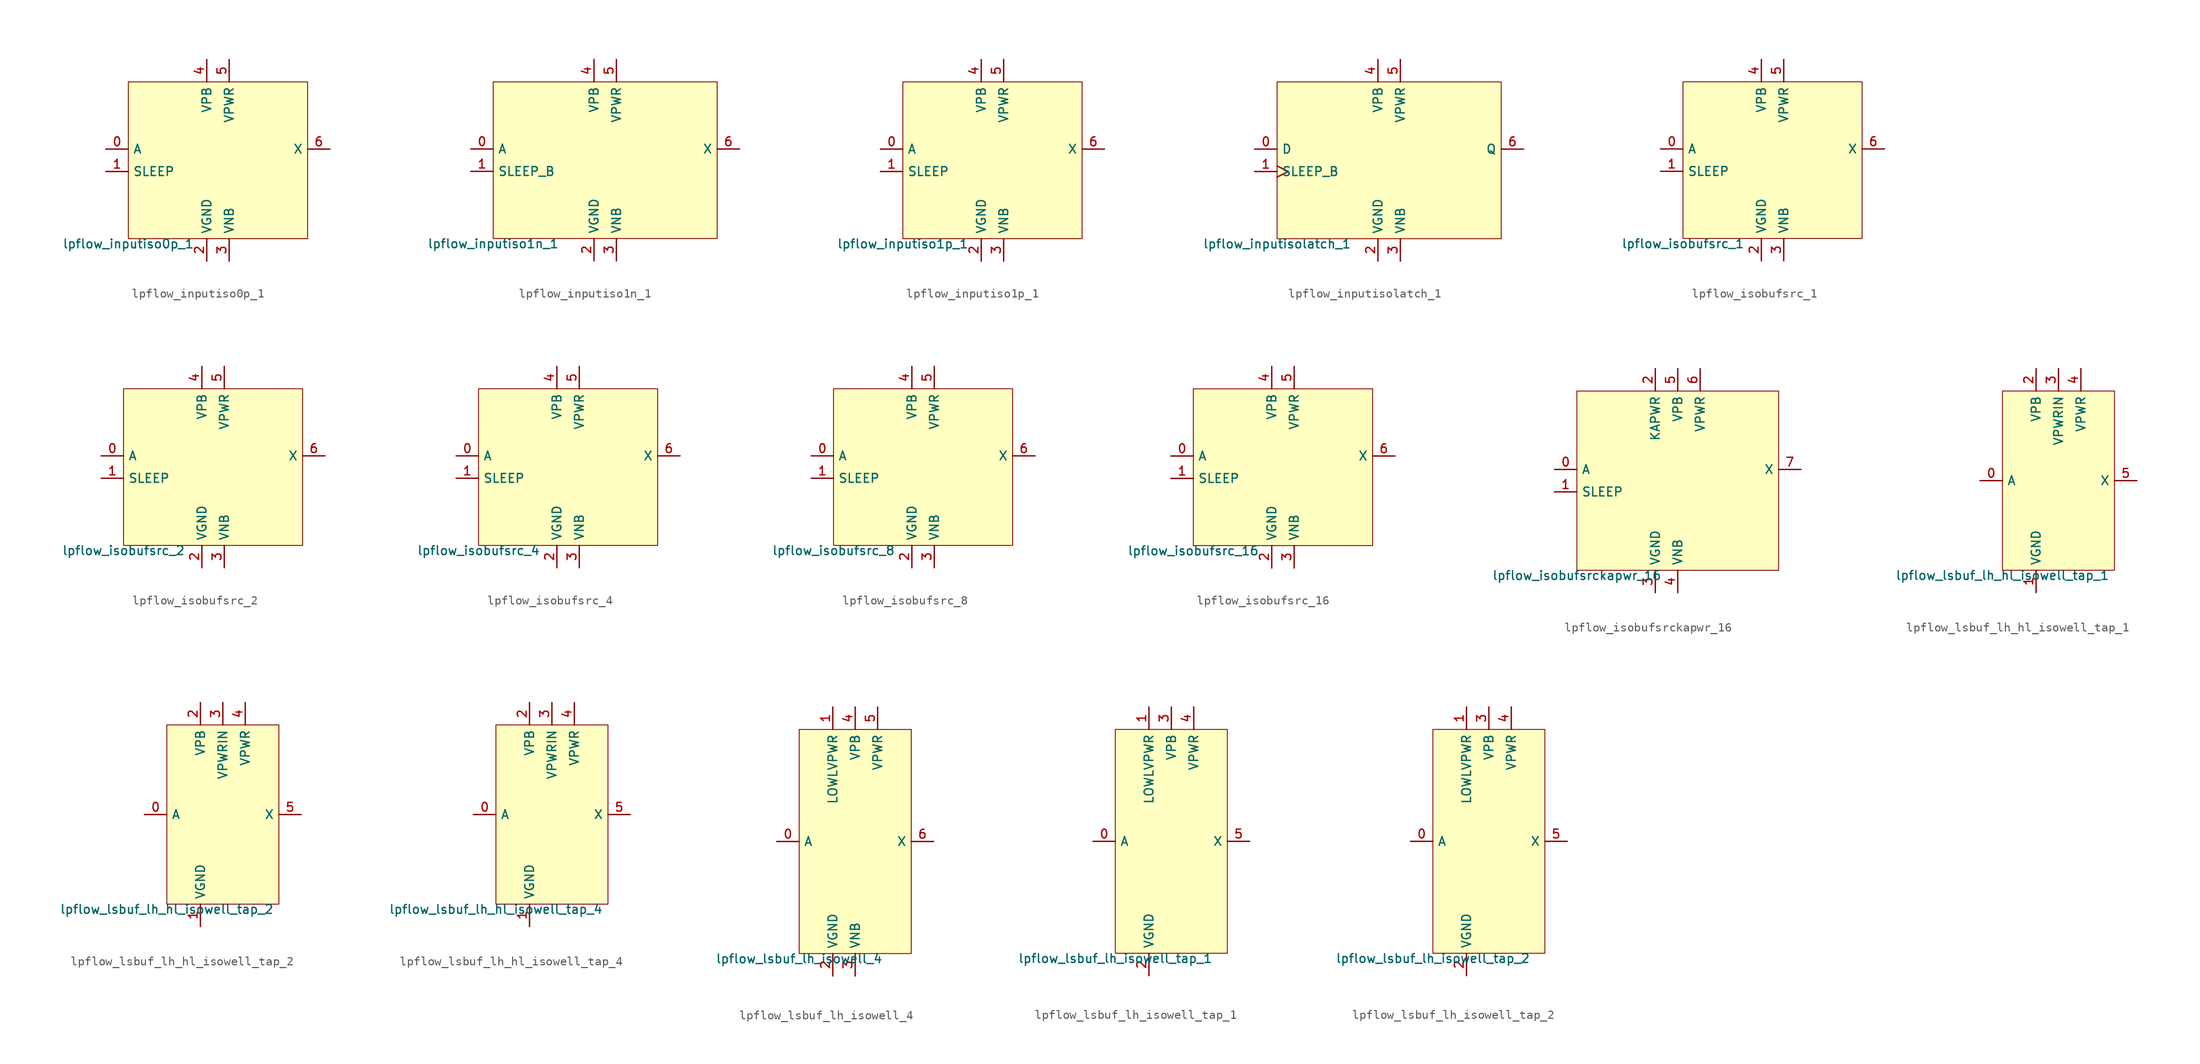
<source format=kicad_sym>
(kicad_symbol_lib
  (version 20211014)
  (generator pdk2kicad)
  (symbol "lpflow_inputiso0p_1"
    (property "Reference" "X"
      (at 0 0 0)
      (effects (font (size 1 1)) hide))
    (property "Value" "lpflow_inputiso0p_1"
      (at -10.16 -8.89 0)
      (effects (font (size 1 1)) (justify top)))
    (rectangle
      (start -10.16 -8.89)
      (end 10.16 8.89)
      (stroke (width 0.1) (type solid) (color 0 0 0 0))
      (fill (type background)))
    (pin input line
      (at -12.7 1.27 0)
      (length 2.54)
      (name "A" (effects (font (size 1 1)) hide))
      (number "0" (effects (font (size 1 1)) hide)))
    (pin input line
      (at -12.7 -1.27 0)
      (length 2.54)
      (name "SLEEP" (effects (font (size 1 1)) hide))
      (number "1" (effects (font (size 1 1)) hide)))
    (pin power_in line
      (at -1.27 -11.43 90)
      (length 2.54)
      (name "VGND" (effects (font (size 1 1)) hide))
      (number "2" (effects (font (size 1 1)) hide)))
    (pin power_in line
      (at 1.27 -11.43 90)
      (length 2.54)
      (name "VNB" (effects (font (size 1 1)) hide))
      (number "3" (effects (font (size 1 1)) hide)))
    (pin power_in line
      (at -1.27 11.43 270)
      (length 2.54)
      (name "VPB" (effects (font (size 1 1)) hide))
      (number "4" (effects (font (size 1 1)) hide)))
    (pin power_in line
      (at 1.27 11.43 270)
      (length 2.54)
      (name "VPWR" (effects (font (size 1 1)) hide))
      (number "5" (effects (font (size 1 1)) hide)))
    (pin output line
      (at 12.7 1.27 180)
      (length 2.54)
      (name "X" (effects (font (size 1 1)) hide))
      (number "6" (effects (font (size 1 1)) hide))))
  (symbol "lpflow_inputiso1n_1"
    (property "Reference" "X"
      (at 0 0 0)
      (effects (font (size 1 1)) hide))
    (property "Value" "lpflow_inputiso1n_1"
      (at -12.7 -8.89 0)
      (effects (font (size 1 1)) (justify top)))
    (rectangle
      (start -12.7 -8.89)
      (end 12.7 8.89)
      (stroke (width 0.1) (type solid) (color 0 0 0 0))
      (fill (type background)))
    (pin input line
      (at -15.24 1.27 0)
      (length 2.54)
      (name "A" (effects (font (size 1 1)) hide))
      (number "0" (effects (font (size 1 1)) hide)))
    (pin input line
      (at -15.24 -1.27 0)
      (length 2.54)
      (name "SLEEP_B" (effects (font (size 1 1)) hide))
      (number "1" (effects (font (size 1 1)) hide)))
    (pin power_in line
      (at -1.27 -11.43 90)
      (length 2.54)
      (name "VGND" (effects (font (size 1 1)) hide))
      (number "2" (effects (font (size 1 1)) hide)))
    (pin power_in line
      (at 1.27 -11.43 90)
      (length 2.54)
      (name "VNB" (effects (font (size 1 1)) hide))
      (number "3" (effects (font (size 1 1)) hide)))
    (pin power_in line
      (at -1.27 11.43 270)
      (length 2.54)
      (name "VPB" (effects (font (size 1 1)) hide))
      (number "4" (effects (font (size 1 1)) hide)))
    (pin power_in line
      (at 1.27 11.43 270)
      (length 2.54)
      (name "VPWR" (effects (font (size 1 1)) hide))
      (number "5" (effects (font (size 1 1)) hide)))
    (pin output line
      (at 15.24 1.27 180)
      (length 2.54)
      (name "X" (effects (font (size 1 1)) hide))
      (number "6" (effects (font (size 1 1)) hide))))
  (symbol "lpflow_inputiso1p_1"
    (property "Reference" "X"
      (at 0 0 0)
      (effects (font (size 1 1)) hide))
    (property "Value" "lpflow_inputiso1p_1"
      (at -10.16 -8.89 0)
      (effects (font (size 1 1)) (justify top)))
    (rectangle
      (start -10.16 -8.89)
      (end 10.16 8.89)
      (stroke (width 0.1) (type solid) (color 0 0 0 0))
      (fill (type background)))
    (pin input line
      (at -12.7 1.27 0)
      (length 2.54)
      (name "A" (effects (font (size 1 1)) hide))
      (number "0" (effects (font (size 1 1)) hide)))
    (pin input line
      (at -12.7 -1.27 0)
      (length 2.54)
      (name "SLEEP" (effects (font (size 1 1)) hide))
      (number "1" (effects (font (size 1 1)) hide)))
    (pin power_in line
      (at -1.27 -11.43 90)
      (length 2.54)
      (name "VGND" (effects (font (size 1 1)) hide))
      (number "2" (effects (font (size 1 1)) hide)))
    (pin power_in line
      (at 1.27 -11.43 90)
      (length 2.54)
      (name "VNB" (effects (font (size 1 1)) hide))
      (number "3" (effects (font (size 1 1)) hide)))
    (pin power_in line
      (at -1.27 11.43 270)
      (length 2.54)
      (name "VPB" (effects (font (size 1 1)) hide))
      (number "4" (effects (font (size 1 1)) hide)))
    (pin power_in line
      (at 1.27 11.43 270)
      (length 2.54)
      (name "VPWR" (effects (font (size 1 1)) hide))
      (number "5" (effects (font (size 1 1)) hide)))
    (pin output line
      (at 12.7 1.27 180)
      (length 2.54)
      (name "X" (effects (font (size 1 1)) hide))
      (number "6" (effects (font (size 1 1)) hide))))
  (symbol "lpflow_inputisolatch_1"
    (property "Reference" "X"
      (at 0 0 0)
      (effects (font (size 1 1)) hide))
    (property "Value" "lpflow_inputisolatch_1"
      (at -12.7 -8.89 0)
      (effects (font (size 1 1)) (justify top)))
    (rectangle
      (start -12.7 -8.89)
      (end 12.7 8.89)
      (stroke (width 0.1) (type solid) (color 0 0 0 0))
      (fill (type background)))
    (pin input line
      (at -15.24 1.27 0)
      (length 2.54)
      (name "D" (effects (font (size 1 1)) hide))
      (number "0" (effects (font (size 1 1)) hide)))
    (pin input clock
      (at -15.24 -1.27 0)
      (length 2.54)
      (name "SLEEP_B" (effects (font (size 1 1)) hide))
      (number "1" (effects (font (size 1 1)) hide)))
    (pin power_in line
      (at -1.27 -11.43 90)
      (length 2.54)
      (name "VGND" (effects (font (size 1 1)) hide))
      (number "2" (effects (font (size 1 1)) hide)))
    (pin power_in line
      (at 1.27 -11.43 90)
      (length 2.54)
      (name "VNB" (effects (font (size 1 1)) hide))
      (number "3" (effects (font (size 1 1)) hide)))
    (pin power_in line
      (at -1.27 11.43 270)
      (length 2.54)
      (name "VPB" (effects (font (size 1 1)) hide))
      (number "4" (effects (font (size 1 1)) hide)))
    (pin power_in line
      (at 1.27 11.43 270)
      (length 2.54)
      (name "VPWR" (effects (font (size 1 1)) hide))
      (number "5" (effects (font (size 1 1)) hide)))
    (pin output line
      (at 15.24 1.27 180)
      (length 2.54)
      (name "Q" (effects (font (size 1 1)) hide))
      (number "6" (effects (font (size 1 1)) hide))))
  (symbol "lpflow_isobufsrc_1"
    (property "Reference" "X"
      (at 0 0 0)
      (effects (font (size 1 1)) hide))
    (property "Value" "lpflow_isobufsrc_1"
      (at -10.16 -8.89 0)
      (effects (font (size 1 1)) (justify top)))
    (rectangle
      (start -10.16 -8.89)
      (end 10.16 8.89)
      (stroke (width 0.1) (type solid) (color 0 0 0 0))
      (fill (type background)))
    (pin input line
      (at -12.7 1.27 0)
      (length 2.54)
      (name "A" (effects (font (size 1 1)) hide))
      (number "0" (effects (font (size 1 1)) hide)))
    (pin input line
      (at -12.7 -1.27 0)
      (length 2.54)
      (name "SLEEP" (effects (font (size 1 1)) hide))
      (number "1" (effects (font (size 1 1)) hide)))
    (pin power_in line
      (at -1.27 -11.43 90)
      (length 2.54)
      (name "VGND" (effects (font (size 1 1)) hide))
      (number "2" (effects (font (size 1 1)) hide)))
    (pin power_in line
      (at 1.27 -11.43 90)
      (length 2.54)
      (name "VNB" (effects (font (size 1 1)) hide))
      (number "3" (effects (font (size 1 1)) hide)))
    (pin power_in line
      (at -1.27 11.43 270)
      (length 2.54)
      (name "VPB" (effects (font (size 1 1)) hide))
      (number "4" (effects (font (size 1 1)) hide)))
    (pin power_in line
      (at 1.27 11.43 270)
      (length 2.54)
      (name "VPWR" (effects (font (size 1 1)) hide))
      (number "5" (effects (font (size 1 1)) hide)))
    (pin output line
      (at 12.7 1.27 180)
      (length 2.54)
      (name "X" (effects (font (size 1 1)) hide))
      (number "6" (effects (font (size 1 1)) hide))))
  (symbol "lpflow_isobufsrc_2"
    (property "Reference" "X"
      (at 0 0 0)
      (effects (font (size 1 1)) hide))
    (property "Value" "lpflow_isobufsrc_2"
      (at -10.16 -8.89 0)
      (effects (font (size 1 1)) (justify top)))
    (rectangle
      (start -10.16 -8.89)
      (end 10.16 8.89)
      (stroke (width 0.1) (type solid) (color 0 0 0 0))
      (fill (type background)))
    (pin input line
      (at -12.7 1.27 0)
      (length 2.54)
      (name "A" (effects (font (size 1 1)) hide))
      (number "0" (effects (font (size 1 1)) hide)))
    (pin input line
      (at -12.7 -1.27 0)
      (length 2.54)
      (name "SLEEP" (effects (font (size 1 1)) hide))
      (number "1" (effects (font (size 1 1)) hide)))
    (pin power_in line
      (at -1.27 -11.43 90)
      (length 2.54)
      (name "VGND" (effects (font (size 1 1)) hide))
      (number "2" (effects (font (size 1 1)) hide)))
    (pin power_in line
      (at 1.27 -11.43 90)
      (length 2.54)
      (name "VNB" (effects (font (size 1 1)) hide))
      (number "3" (effects (font (size 1 1)) hide)))
    (pin power_in line
      (at -1.27 11.43 270)
      (length 2.54)
      (name "VPB" (effects (font (size 1 1)) hide))
      (number "4" (effects (font (size 1 1)) hide)))
    (pin power_in line
      (at 1.27 11.43 270)
      (length 2.54)
      (name "VPWR" (effects (font (size 1 1)) hide))
      (number "5" (effects (font (size 1 1)) hide)))
    (pin output line
      (at 12.7 1.27 180)
      (length 2.54)
      (name "X" (effects (font (size 1 1)) hide))
      (number "6" (effects (font (size 1 1)) hide))))
  (symbol "lpflow_isobufsrc_4"
    (property "Reference" "X"
      (at 0 0 0)
      (effects (font (size 1 1)) hide))
    (property "Value" "lpflow_isobufsrc_4"
      (at -10.16 -8.89 0)
      (effects (font (size 1 1)) (justify top)))
    (rectangle
      (start -10.16 -8.89)
      (end 10.16 8.89)
      (stroke (width 0.1) (type solid) (color 0 0 0 0))
      (fill (type background)))
    (pin input line
      (at -12.7 1.27 0)
      (length 2.54)
      (name "A" (effects (font (size 1 1)) hide))
      (number "0" (effects (font (size 1 1)) hide)))
    (pin input line
      (at -12.7 -1.27 0)
      (length 2.54)
      (name "SLEEP" (effects (font (size 1 1)) hide))
      (number "1" (effects (font (size 1 1)) hide)))
    (pin power_in line
      (at -1.27 -11.43 90)
      (length 2.54)
      (name "VGND" (effects (font (size 1 1)) hide))
      (number "2" (effects (font (size 1 1)) hide)))
    (pin power_in line
      (at 1.27 -11.43 90)
      (length 2.54)
      (name "VNB" (effects (font (size 1 1)) hide))
      (number "3" (effects (font (size 1 1)) hide)))
    (pin power_in line
      (at -1.27 11.43 270)
      (length 2.54)
      (name "VPB" (effects (font (size 1 1)) hide))
      (number "4" (effects (font (size 1 1)) hide)))
    (pin power_in line
      (at 1.27 11.43 270)
      (length 2.54)
      (name "VPWR" (effects (font (size 1 1)) hide))
      (number "5" (effects (font (size 1 1)) hide)))
    (pin output line
      (at 12.7 1.27 180)
      (length 2.54)
      (name "X" (effects (font (size 1 1)) hide))
      (number "6" (effects (font (size 1 1)) hide))))
  (symbol "lpflow_isobufsrc_8"
    (property "Reference" "X"
      (at 0 0 0)
      (effects (font (size 1 1)) hide))
    (property "Value" "lpflow_isobufsrc_8"
      (at -10.16 -8.89 0)
      (effects (font (size 1 1)) (justify top)))
    (rectangle
      (start -10.16 -8.89)
      (end 10.16 8.89)
      (stroke (width 0.1) (type solid) (color 0 0 0 0))
      (fill (type background)))
    (pin input line
      (at -12.7 1.27 0)
      (length 2.54)
      (name "A" (effects (font (size 1 1)) hide))
      (number "0" (effects (font (size 1 1)) hide)))
    (pin input line
      (at -12.7 -1.27 0)
      (length 2.54)
      (name "SLEEP" (effects (font (size 1 1)) hide))
      (number "1" (effects (font (size 1 1)) hide)))
    (pin power_in line
      (at -1.27 -11.43 90)
      (length 2.54)
      (name "VGND" (effects (font (size 1 1)) hide))
      (number "2" (effects (font (size 1 1)) hide)))
    (pin power_in line
      (at 1.27 -11.43 90)
      (length 2.54)
      (name "VNB" (effects (font (size 1 1)) hide))
      (number "3" (effects (font (size 1 1)) hide)))
    (pin power_in line
      (at -1.27 11.43 270)
      (length 2.54)
      (name "VPB" (effects (font (size 1 1)) hide))
      (number "4" (effects (font (size 1 1)) hide)))
    (pin power_in line
      (at 1.27 11.43 270)
      (length 2.54)
      (name "VPWR" (effects (font (size 1 1)) hide))
      (number "5" (effects (font (size 1 1)) hide)))
    (pin output line
      (at 12.7 1.27 180)
      (length 2.54)
      (name "X" (effects (font (size 1 1)) hide))
      (number "6" (effects (font (size 1 1)) hide))))
  (symbol "lpflow_isobufsrc_16"
    (property "Reference" "X"
      (at 0 0 0)
      (effects (font (size 1 1)) hide))
    (property "Value" "lpflow_isobufsrc_16"
      (at -10.16 -8.89 0)
      (effects (font (size 1 1)) (justify top)))
    (rectangle
      (start -10.16 -8.89)
      (end 10.16 8.89)
      (stroke (width 0.1) (type solid) (color 0 0 0 0))
      (fill (type background)))
    (pin input line
      (at -12.7 1.27 0)
      (length 2.54)
      (name "A" (effects (font (size 1 1)) hide))
      (number "0" (effects (font (size 1 1)) hide)))
    (pin input line
      (at -12.7 -1.27 0)
      (length 2.54)
      (name "SLEEP" (effects (font (size 1 1)) hide))
      (number "1" (effects (font (size 1 1)) hide)))
    (pin power_in line
      (at -1.27 -11.43 90)
      (length 2.54)
      (name "VGND" (effects (font (size 1 1)) hide))
      (number "2" (effects (font (size 1 1)) hide)))
    (pin power_in line
      (at 1.27 -11.43 90)
      (length 2.54)
      (name "VNB" (effects (font (size 1 1)) hide))
      (number "3" (effects (font (size 1 1)) hide)))
    (pin power_in line
      (at -1.27 11.43 270)
      (length 2.54)
      (name "VPB" (effects (font (size 1 1)) hide))
      (number "4" (effects (font (size 1 1)) hide)))
    (pin power_in line
      (at 1.27 11.43 270)
      (length 2.54)
      (name "VPWR" (effects (font (size 1 1)) hide))
      (number "5" (effects (font (size 1 1)) hide)))
    (pin output line
      (at 12.7 1.27 180)
      (length 2.54)
      (name "X" (effects (font (size 1 1)) hide))
      (number "6" (effects (font (size 1 1)) hide))))
  (symbol "lpflow_isobufsrckapwr_16"
    (property "Reference" "X"
      (at 0 0 0)
      (effects (font (size 1 1)) hide))
    (property "Value" "lpflow_isobufsrckapwr_16"
      (at -11.43 -10.16 0)
      (effects (font (size 1 1)) (justify top)))
    (rectangle
      (start -11.43 -10.16)
      (end 11.43 10.16)
      (stroke (width 0.1) (type solid) (color 0 0 0 0))
      (fill (type background)))
    (pin input line
      (at -13.97 1.27 0)
      (length 2.54)
      (name "A" (effects (font (size 1 1)) hide))
      (number "0" (effects (font (size 1 1)) hide)))
    (pin input line
      (at -13.97 -1.27 0)
      (length 2.54)
      (name "SLEEP" (effects (font (size 1 1)) hide))
      (number "1" (effects (font (size 1 1)) hide)))
    (pin power_in line
      (at -2.54 12.7 270)
      (length 2.54)
      (name "KAPWR" (effects (font (size 1 1)) hide))
      (number "2" (effects (font (size 1 1)) hide)))
    (pin power_in line
      (at -2.54 -12.7 90)
      (length 2.54)
      (name "VGND" (effects (font (size 1 1)) hide))
      (number "3" (effects (font (size 1 1)) hide)))
    (pin power_in line
      (at 0.0 -12.7 90)
      (length 2.54)
      (name "VNB" (effects (font (size 1 1)) hide))
      (number "4" (effects (font (size 1 1)) hide)))
    (pin power_in line
      (at 0.0 12.7 270)
      (length 2.54)
      (name "VPB" (effects (font (size 1 1)) hide))
      (number "5" (effects (font (size 1 1)) hide)))
    (pin power_in line
      (at 2.54 12.7 270)
      (length 2.54)
      (name "VPWR" (effects (font (size 1 1)) hide))
      (number "6" (effects (font (size 1 1)) hide)))
    (pin output line
      (at 13.97 1.27 180)
      (length 2.54)
      (name "X" (effects (font (size 1 1)) hide))
      (number "7" (effects (font (size 1 1)) hide))))
  (symbol "lpflow_lsbuf_lh_hl_isowell_tap_1"
    (property "Reference" "X"
      (at 0 0 0)
      (effects (font (size 1 1)) hide))
    (property "Value" "lpflow_lsbuf_lh_hl_isowell_tap_1"
      (at -6.35 -10.16 0)
      (effects (font (size 1 1)) (justify top)))
    (rectangle
      (start -6.35 -10.16)
      (end 6.35 10.16)
      (stroke (width 0.1) (type solid) (color 0 0 0 0))
      (fill (type background)))
    (pin input line
      (at -8.89 0.0 0)
      (length 2.54)
      (name "A" (effects (font (size 1 1)) hide))
      (number "0" (effects (font (size 1 1)) hide)))
    (pin power_in line
      (at -2.54 -12.7 90)
      (length 2.54)
      (name "VGND" (effects (font (size 1 1)) hide))
      (number "1" (effects (font (size 1 1)) hide)))
    (pin power_in line
      (at -2.54 12.7 270)
      (length 2.54)
      (name "VPB" (effects (font (size 1 1)) hide))
      (number "2" (effects (font (size 1 1)) hide)))
    (pin power_in line
      (at 4.440892098500626e-16 12.7 270)
      (length 2.54)
      (name "VPWRIN" (effects (font (size 1 1)) hide))
      (number "3" (effects (font (size 1 1)) hide)))
    (pin power_in line
      (at 2.54 12.7 270)
      (length 2.54)
      (name "VPWR" (effects (font (size 1 1)) hide))
      (number "4" (effects (font (size 1 1)) hide)))
    (pin output line
      (at 8.89 0.0 180)
      (length 2.54)
      (name "X" (effects (font (size 1 1)) hide))
      (number "5" (effects (font (size 1 1)) hide))))
  (symbol "lpflow_lsbuf_lh_hl_isowell_tap_2"
    (property "Reference" "X"
      (at 0 0 0)
      (effects (font (size 1 1)) hide))
    (property "Value" "lpflow_lsbuf_lh_hl_isowell_tap_2"
      (at -6.35 -10.16 0)
      (effects (font (size 1 1)) (justify top)))
    (rectangle
      (start -6.35 -10.16)
      (end 6.35 10.16)
      (stroke (width 0.1) (type solid) (color 0 0 0 0))
      (fill (type background)))
    (pin input line
      (at -8.89 0.0 0)
      (length 2.54)
      (name "A" (effects (font (size 1 1)) hide))
      (number "0" (effects (font (size 1 1)) hide)))
    (pin power_in line
      (at -2.54 -12.7 90)
      (length 2.54)
      (name "VGND" (effects (font (size 1 1)) hide))
      (number "1" (effects (font (size 1 1)) hide)))
    (pin power_in line
      (at -2.54 12.7 270)
      (length 2.54)
      (name "VPB" (effects (font (size 1 1)) hide))
      (number "2" (effects (font (size 1 1)) hide)))
    (pin power_in line
      (at 4.440892098500626e-16 12.7 270)
      (length 2.54)
      (name "VPWRIN" (effects (font (size 1 1)) hide))
      (number "3" (effects (font (size 1 1)) hide)))
    (pin power_in line
      (at 2.54 12.7 270)
      (length 2.54)
      (name "VPWR" (effects (font (size 1 1)) hide))
      (number "4" (effects (font (size 1 1)) hide)))
    (pin output line
      (at 8.89 0.0 180)
      (length 2.54)
      (name "X" (effects (font (size 1 1)) hide))
      (number "5" (effects (font (size 1 1)) hide))))
  (symbol "lpflow_lsbuf_lh_hl_isowell_tap_4"
    (property "Reference" "X"
      (at 0 0 0)
      (effects (font (size 1 1)) hide))
    (property "Value" "lpflow_lsbuf_lh_hl_isowell_tap_4"
      (at -6.35 -10.16 0)
      (effects (font (size 1 1)) (justify top)))
    (rectangle
      (start -6.35 -10.16)
      (end 6.35 10.16)
      (stroke (width 0.1) (type solid) (color 0 0 0 0))
      (fill (type background)))
    (pin input line
      (at -8.89 0.0 0)
      (length 2.54)
      (name "A" (effects (font (size 1 1)) hide))
      (number "0" (effects (font (size 1 1)) hide)))
    (pin power_in line
      (at -2.54 -12.7 90)
      (length 2.54)
      (name "VGND" (effects (font (size 1 1)) hide))
      (number "1" (effects (font (size 1 1)) hide)))
    (pin power_in line
      (at -2.54 12.7 270)
      (length 2.54)
      (name "VPB" (effects (font (size 1 1)) hide))
      (number "2" (effects (font (size 1 1)) hide)))
    (pin power_in line
      (at 4.440892098500626e-16 12.7 270)
      (length 2.54)
      (name "VPWRIN" (effects (font (size 1 1)) hide))
      (number "3" (effects (font (size 1 1)) hide)))
    (pin power_in line
      (at 2.54 12.7 270)
      (length 2.54)
      (name "VPWR" (effects (font (size 1 1)) hide))
      (number "4" (effects (font (size 1 1)) hide)))
    (pin output line
      (at 8.89 0.0 180)
      (length 2.54)
      (name "X" (effects (font (size 1 1)) hide))
      (number "5" (effects (font (size 1 1)) hide))))
  (symbol "lpflow_lsbuf_lh_isowell_4"
    (property "Reference" "X"
      (at 0 0 0)
      (effects (font (size 1 1)) hide))
    (property "Value" "lpflow_lsbuf_lh_isowell_4"
      (at -6.35 -12.7 0)
      (effects (font (size 1 1)) (justify top)))
    (rectangle
      (start -6.35 -12.7)
      (end 6.35 12.7)
      (stroke (width 0.1) (type solid) (color 0 0 0 0))
      (fill (type background)))
    (pin input line
      (at -8.89 0.0 0)
      (length 2.54)
      (name "A" (effects (font (size 1 1)) hide))
      (number "0" (effects (font (size 1 1)) hide)))
    (pin power_in line
      (at -2.54 15.24 270)
      (length 2.54)
      (name "LOWLVPWR" (effects (font (size 1 1)) hide))
      (number "1" (effects (font (size 1 1)) hide)))
    (pin power_in line
      (at -2.54 -15.24 90)
      (length 2.54)
      (name "VGND" (effects (font (size 1 1)) hide))
      (number "2" (effects (font (size 1 1)) hide)))
    (pin power_in line
      (at 4.440892098500626e-16 -15.24 90)
      (length 2.54)
      (name "VNB" (effects (font (size 1 1)) hide))
      (number "3" (effects (font (size 1 1)) hide)))
    (pin power_in line
      (at 4.440892098500626e-16 15.24 270)
      (length 2.54)
      (name "VPB" (effects (font (size 1 1)) hide))
      (number "4" (effects (font (size 1 1)) hide)))
    (pin power_in line
      (at 2.54 15.24 270)
      (length 2.54)
      (name "VPWR" (effects (font (size 1 1)) hide))
      (number "5" (effects (font (size 1 1)) hide)))
    (pin output line
      (at 8.89 0.0 180)
      (length 2.54)
      (name "X" (effects (font (size 1 1)) hide))
      (number "6" (effects (font (size 1 1)) hide))))
  (symbol "lpflow_lsbuf_lh_isowell_tap_1"
    (property "Reference" "X"
      (at 0 0 0)
      (effects (font (size 1 1)) hide))
    (property "Value" "lpflow_lsbuf_lh_isowell_tap_1"
      (at -6.35 -12.7 0)
      (effects (font (size 1 1)) (justify top)))
    (rectangle
      (start -6.35 -12.7)
      (end 6.35 12.7)
      (stroke (width 0.1) (type solid) (color 0 0 0 0))
      (fill (type background)))
    (pin input line
      (at -8.89 0.0 0)
      (length 2.54)
      (name "A" (effects (font (size 1 1)) hide))
      (number "0" (effects (font (size 1 1)) hide)))
    (pin power_in line
      (at -2.54 15.24 270)
      (length 2.54)
      (name "LOWLVPWR" (effects (font (size 1 1)) hide))
      (number "1" (effects (font (size 1 1)) hide)))
    (pin power_in line
      (at -2.54 -15.24 90)
      (length 2.54)
      (name "VGND" (effects (font (size 1 1)) hide))
      (number "2" (effects (font (size 1 1)) hide)))
    (pin power_in line
      (at 4.440892098500626e-16 15.24 270)
      (length 2.54)
      (name "VPB" (effects (font (size 1 1)) hide))
      (number "3" (effects (font (size 1 1)) hide)))
    (pin power_in line
      (at 2.54 15.24 270)
      (length 2.54)
      (name "VPWR" (effects (font (size 1 1)) hide))
      (number "4" (effects (font (size 1 1)) hide)))
    (pin output line
      (at 8.89 0.0 180)
      (length 2.54)
      (name "X" (effects (font (size 1 1)) hide))
      (number "5" (effects (font (size 1 1)) hide))))
  (symbol "lpflow_lsbuf_lh_isowell_tap_2"
    (property "Reference" "X"
      (at 0 0 0)
      (effects (font (size 1 1)) hide))
    (property "Value" "lpflow_lsbuf_lh_isowell_tap_2"
      (at -6.35 -12.7 0)
      (effects (font (size 1 1)) (justify top)))
    (rectangle
      (start -6.35 -12.7)
      (end 6.35 12.7)
      (stroke (width 0.1) (type solid) (color 0 0 0 0))
      (fill (type background)))
    (pin input line
      (at -8.89 0.0 0)
      (length 2.54)
      (name "A" (effects (font (size 1 1)) hide))
      (number "0" (effects (font (size 1 1)) hide)))
    (pin power_in line
      (at -2.54 15.24 270)
      (length 2.54)
      (name "LOWLVPWR" (effects (font (size 1 1)) hide))
      (number "1" (effects (font (size 1 1)) hide)))
    (pin power_in line
      (at -2.54 -15.24 90)
      (length 2.54)
      (name "VGND" (effects (font (size 1 1)) hide))
      (number "2" (effects (font (size 1 1)) hide)))
    (pin power_in line
      (at 4.440892098500626e-16 15.24 270)
      (length 2.54)
      (name "VPB" (effects (font (size 1 1)) hide))
      (number "3" (effects (font (size 1 1)) hide)))
    (pin power_in line
      (at 2.54 15.24 270)
      (length 2.54)
      (name "VPWR" (effects (font (size 1 1)) hide))
      (number "4" (effects (font (size 1 1)) hide)))
    (pin output line
      (at 8.89 0.0 180)
      (length 2.54)
      (name "X" (effects (font (size 1 1)) hide))
      (number "5" (effects (font (size 1 1)) hide)))))
</source>
